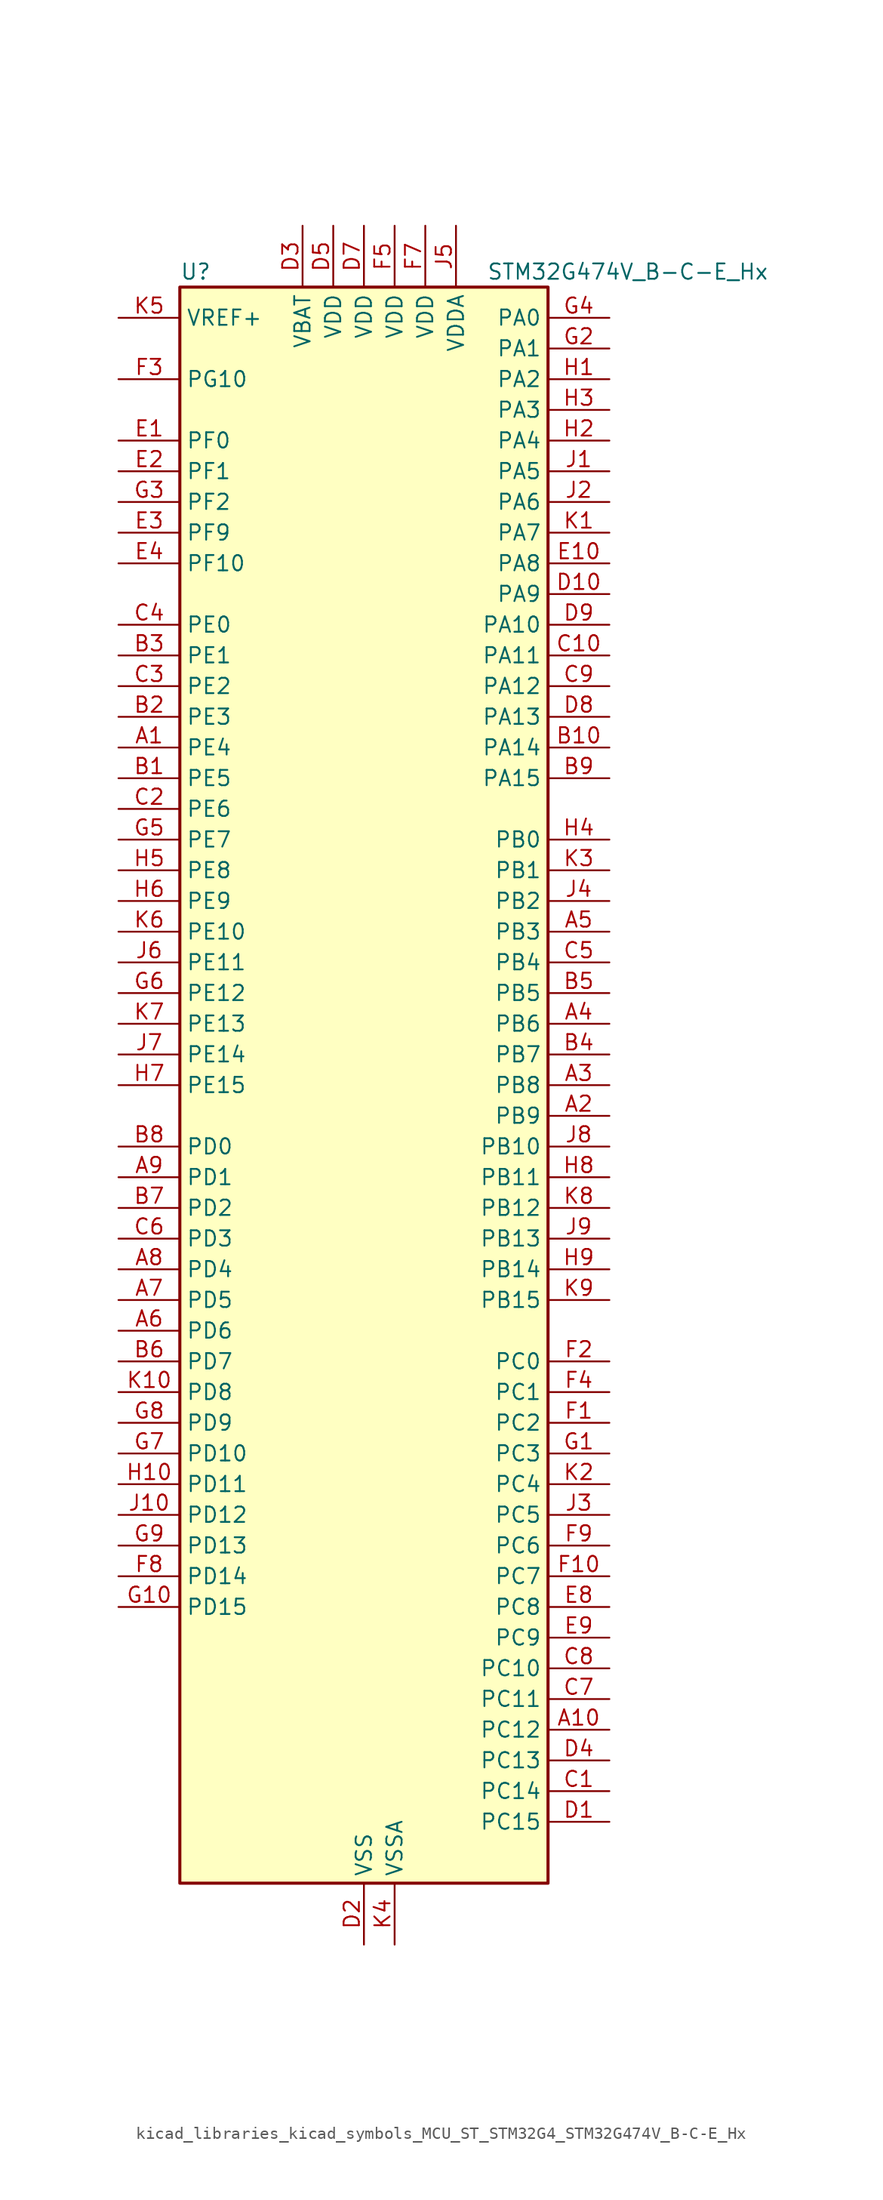
<source format=kicad_sym>
(kicad_symbol_lib
  (version 20220914)
  (generator kicad_symbol_editor)
  (symbol "kicad_libraries_kicad_symbols_MCU_ST_STM32G4_STM32G474V_B-C-E_Hx"
    (property "Reference" "U"
      (at -15.24 67.31 0)
      (effects (font (size 1.27 1.27)) (justify left)))
    (property "Value" "STM32G474V_B-C-E_Hx"
      (at 10.16 67.31 0)
      (effects (font (size 1.27 1.27)) (justify left)))
    (property "ki_locked" ""
      (at 0 0 0)
      (effects (font (size 1.27 1.27))))
    (symbol "kicad_libraries_kicad_symbols_MCU_ST_STM32G4_STM32G474V_B-C-E_Hx_0_1"
      (rectangle (start -15.24 -66.04) (end 15.24 66.04) (stroke (width 0.254) (type default)) (fill (type background))))
    (symbol "kicad_libraries_kicad_symbols_MCU_ST_STM32G4_STM32G474V_B-C-E_Hx_1_1"
      (pin bidirectional line (at -20.32 27.94 0) (length 5.08) (name "PE4" (effects (font (size 1.27 1.27)))) (number "A1" (effects (font (size 1.27 1.27)))) (alternate "FMC_A20" bidirectional line) (alternate "SAI1_D2" bidirectional line) (alternate "SAI1_FS_A" bidirectional line) (alternate "SPI4_NSS" bidirectional line) (alternate "SYS_TRACED1" bidirectional line) (alternate "TIM20_CH1N" bidirectional line) (alternate "TIM3_CH3" bidirectional line))
      (pin bidirectional line (at 20.32 -53.34 180) (length 5.08) (name "PC12" (effects (font (size 1.27 1.27)))) (number "A10" (effects (font (size 1.27 1.27)))) (alternate "HRTIM1_EEV1" bidirectional line) (alternate "I2S3_SD" bidirectional line) (alternate "SPI3_MOSI" bidirectional line) (alternate "TIM5_CH2" bidirectional line) (alternate "TIM8_CH3N" bidirectional line) (alternate "UART5_TX" bidirectional line) (alternate "UCPD1_FRSTX1" bidirectional line) (alternate "UCPD1_FRSTX2" bidirectional line) (alternate "USART3_CK" bidirectional line))
      (pin bidirectional line (at 20.32 -2.54 180) (length 5.08) (name "PB9" (effects (font (size 1.27 1.27)))) (number "A2" (effects (font (size 1.27 1.27)))) (alternate "COMP2_OUT" bidirectional line) (alternate "DAC1_EXTI9" bidirectional line) (alternate "DAC2_EXTI9" bidirectional line) (alternate "DAC3_EXTI9" bidirectional line) (alternate "DAC4_EXTI9" bidirectional line) (alternate "FDCAN1_TX" bidirectional line) (alternate "HRTIM1_EEV5" bidirectional line) (alternate "I2C1_SDA" bidirectional line) (alternate "IR_OUT" bidirectional line) (alternate "SAI1_D2" bidirectional line) (alternate "SAI1_FS_A" bidirectional line) (alternate "TIM17_CH1" bidirectional line) (alternate "TIM1_CH3N" bidirectional line) (alternate "TIM4_CH4" bidirectional line) (alternate "TIM8_CH3" bidirectional line) (alternate "USART3_TX" bidirectional line))
      (pin bidirectional line (at 20.32 0 180) (length 5.08) (name "PB8" (effects (font (size 1.27 1.27)))) (number "A3" (effects (font (size 1.27 1.27)))) (alternate "COMP1_OUT" bidirectional line) (alternate "FDCAN1_RX" bidirectional line) (alternate "HRTIM1_EEV8" bidirectional line) (alternate "I2C1_SCL" bidirectional line) (alternate "SAI1_CK1" bidirectional line) (alternate "SAI1_MCLK_A" bidirectional line) (alternate "TIM16_CH1" bidirectional line) (alternate "TIM1_BKIN" bidirectional line) (alternate "TIM4_CH3" bidirectional line) (alternate "TIM8_CH2" bidirectional line) (alternate "USART3_RX" bidirectional line))
      (pin bidirectional line (at 20.32 5.08 180) (length 5.08) (name "PB6" (effects (font (size 1.27 1.27)))) (number "A4" (effects (font (size 1.27 1.27)))) (alternate "COMP4_OUT" bidirectional line) (alternate "FDCAN2_TX" bidirectional line) (alternate "HRTIM1_EEV4" bidirectional line) (alternate "HRTIM1_SCIN" bidirectional line) (alternate "LPTIM1_ETR" bidirectional line) (alternate "SAI1_FS_B" bidirectional line) (alternate "TIM16_CH1N" bidirectional line) (alternate "TIM4_CH1" bidirectional line) (alternate "TIM8_BKIN2" bidirectional line) (alternate "TIM8_CH1" bidirectional line) (alternate "TIM8_ETR" bidirectional line) (alternate "UCPD1_CC1" bidirectional line) (alternate "USART1_TX" bidirectional line))
      (pin bidirectional line (at 20.32 12.7 180) (length 5.08) (name "PB3" (effects (font (size 1.27 1.27)))) (number "A5" (effects (font (size 1.27 1.27)))) (alternate "ADC3_EXTI3" bidirectional line) (alternate "ADC4_EXTI3" bidirectional line) (alternate "ADC5_EXTI3" bidirectional line) (alternate "CRS_SYNC" bidirectional line) (alternate "FDCAN3_RX" bidirectional line) (alternate "HRTIM1_EEV9" bidirectional line) (alternate "HRTIM1_SCOUT" bidirectional line) (alternate "I2S3_CK" bidirectional line) (alternate "SAI1_SCK_B" bidirectional line) (alternate "SPI1_SCK" bidirectional line) (alternate "SPI3_SCK" bidirectional line) (alternate "SYS_JTDO-SWO" bidirectional line) (alternate "TIM2_CH2" bidirectional line) (alternate "TIM3_ETR" bidirectional line) (alternate "TIM4_ETR" bidirectional line) (alternate "TIM8_CH1N" bidirectional line) (alternate "USART2_TX" bidirectional line))
      (pin bidirectional line (at -20.32 -20.32 0) (length 5.08) (name "PD6" (effects (font (size 1.27 1.27)))) (number "A6" (effects (font (size 1.27 1.27)))) (alternate "FMC_NWAIT" bidirectional line) (alternate "QUADSPI1_BK2_IO2" bidirectional line) (alternate "SAI1_D1" bidirectional line) (alternate "SAI1_SD_A" bidirectional line) (alternate "TIM2_CH4" bidirectional line) (alternate "USART2_RX" bidirectional line))
      (pin bidirectional line (at -20.32 -17.78 0) (length 5.08) (name "PD5" (effects (font (size 1.27 1.27)))) (number "A7" (effects (font (size 1.27 1.27)))) (alternate "FMC_NWE" bidirectional line) (alternate "QUADSPI1_BK2_IO1" bidirectional line) (alternate "USART2_TX" bidirectional line))
      (pin bidirectional line (at -20.32 -15.24 0) (length 5.08) (name "PD4" (effects (font (size 1.27 1.27)))) (number "A8" (effects (font (size 1.27 1.27)))) (alternate "FMC_NOE" bidirectional line) (alternate "QUADSPI1_BK2_IO0" bidirectional line) (alternate "TIM2_CH2" bidirectional line) (alternate "USART2_DE" bidirectional line) (alternate "USART2_RTS" bidirectional line))
      (pin bidirectional line (at -20.32 -7.62 0) (length 5.08) (name "PD1" (effects (font (size 1.27 1.27)))) (number "A9" (effects (font (size 1.27 1.27)))) (alternate "FDCAN1_TX" bidirectional line) (alternate "FMC_D3" bidirectional line) (alternate "FMC_DA3" bidirectional line) (alternate "TIM8_BKIN2" bidirectional line) (alternate "TIM8_CH4" bidirectional line))
      (pin bidirectional line (at -20.32 25.4 0) (length 5.08) (name "PE5" (effects (font (size 1.27 1.27)))) (number "B1" (effects (font (size 1.27 1.27)))) (alternate "FMC_A21" bidirectional line) (alternate "SAI1_CK2" bidirectional line) (alternate "SAI1_SCK_A" bidirectional line) (alternate "SPI4_MISO" bidirectional line) (alternate "SYS_TRACED2" bidirectional line) (alternate "TIM20_CH2N" bidirectional line) (alternate "TIM3_CH4" bidirectional line))
      (pin bidirectional line (at 20.32 27.94 180) (length 5.08) (name "PA14" (effects (font (size 1.27 1.27)))) (number "B10" (effects (font (size 1.27 1.27)))) (alternate "I2C1_SDA" bidirectional line) (alternate "I2C4_SMBA" bidirectional line) (alternate "LPTIM1_OUT" bidirectional line) (alternate "SAI1_FS_B" bidirectional line) (alternate "SYS_JTCK-SWCLK" bidirectional line) (alternate "TIM1_BKIN" bidirectional line) (alternate "TIM8_CH2" bidirectional line) (alternate "USART2_TX" bidirectional line))
      (pin bidirectional line (at -20.32 30.48 0) (length 5.08) (name "PE3" (effects (font (size 1.27 1.27)))) (number "B2" (effects (font (size 1.27 1.27)))) (alternate "ADC3_EXTI3" bidirectional line) (alternate "ADC4_EXTI3" bidirectional line) (alternate "ADC5_EXTI3" bidirectional line) (alternate "FMC_A19" bidirectional line) (alternate "SAI1_SD_B" bidirectional line) (alternate "SPI4_NSS" bidirectional line) (alternate "SYS_TRACED0" bidirectional line) (alternate "TIM20_CH2" bidirectional line) (alternate "TIM3_CH2" bidirectional line))
      (pin bidirectional line (at -20.32 35.56 0) (length 5.08) (name "PE1" (effects (font (size 1.27 1.27)))) (number "B3" (effects (font (size 1.27 1.27)))) (alternate "FMC_NBL1" bidirectional line) (alternate "TIM17_CH1" bidirectional line) (alternate "TIM20_CH4" bidirectional line) (alternate "USART1_RX" bidirectional line))
      (pin bidirectional line (at 20.32 2.54 180) (length 5.08) (name "PB7" (effects (font (size 1.27 1.27)))) (number "B4" (effects (font (size 1.27 1.27)))) (alternate "COMP3_OUT" bidirectional line) (alternate "FMC_NL" bidirectional line) (alternate "HRTIM1_EEV3" bidirectional line) (alternate "I2C1_SDA" bidirectional line) (alternate "I2C4_SDA" bidirectional line) (alternate "LPTIM1_IN2" bidirectional line) (alternate "SYS_PVD_IN" bidirectional line) (alternate "TIM17_CH1N" bidirectional line) (alternate "TIM3_CH4" bidirectional line) (alternate "TIM4_CH2" bidirectional line) (alternate "TIM8_BKIN" bidirectional line) (alternate "UART4_CTS" bidirectional line) (alternate "USART1_RX" bidirectional line))
      (pin bidirectional line (at 20.32 7.62 180) (length 5.08) (name "PB5" (effects (font (size 1.27 1.27)))) (number "B5" (effects (font (size 1.27 1.27)))) (alternate "FDCAN2_RX" bidirectional line) (alternate "HRTIM1_EEV6" bidirectional line) (alternate "I2C1_SMBA" bidirectional line) (alternate "I2C3_SDA" bidirectional line) (alternate "I2S3_SD" bidirectional line) (alternate "LPTIM1_IN1" bidirectional line) (alternate "SAI1_SD_B" bidirectional line) (alternate "SPI1_MOSI" bidirectional line) (alternate "SPI3_MOSI" bidirectional line) (alternate "TIM16_BKIN" bidirectional line) (alternate "TIM17_CH1" bidirectional line) (alternate "TIM3_CH2" bidirectional line) (alternate "TIM8_CH3N" bidirectional line) (alternate "UART5_CTS" bidirectional line) (alternate "USART2_CK" bidirectional line))
      (pin bidirectional line (at -20.32 -22.86 0) (length 5.08) (name "PD7" (effects (font (size 1.27 1.27)))) (number "B6" (effects (font (size 1.27 1.27)))) (alternate "FMC_NCE" bidirectional line) (alternate "FMC_NE1" bidirectional line) (alternate "QUADSPI1_BK2_IO3" bidirectional line) (alternate "TIM2_CH3" bidirectional line) (alternate "USART2_CK" bidirectional line))
      (pin bidirectional line (at -20.32 -10.16 0) (length 5.08) (name "PD2" (effects (font (size 1.27 1.27)))) (number "B7" (effects (font (size 1.27 1.27)))) (alternate "ADC3_EXTI2" bidirectional line) (alternate "ADC4_EXTI2" bidirectional line) (alternate "ADC5_EXTI2" bidirectional line) (alternate "TIM3_ETR" bidirectional line) (alternate "TIM8_BKIN" bidirectional line) (alternate "UART5_RX" bidirectional line))
      (pin bidirectional line (at -20.32 -5.08 0) (length 5.08) (name "PD0" (effects (font (size 1.27 1.27)))) (number "B8" (effects (font (size 1.27 1.27)))) (alternate "FDCAN1_RX" bidirectional line) (alternate "FMC_D2" bidirectional line) (alternate "FMC_DA2" bidirectional line) (alternate "TIM8_CH4N" bidirectional line))
      (pin bidirectional line (at 20.32 25.4 180) (length 5.08) (name "PA15" (effects (font (size 1.27 1.27)))) (number "B9" (effects (font (size 1.27 1.27)))) (alternate "ADC1_EXTI15" bidirectional line) (alternate "ADC2_EXTI15" bidirectional line) (alternate "FDCAN3_TX" bidirectional line) (alternate "HRTIM1_FLT2" bidirectional line) (alternate "I2C1_SCL" bidirectional line) (alternate "I2S3_WS" bidirectional line) (alternate "SPI1_NSS" bidirectional line) (alternate "SPI3_NSS" bidirectional line) (alternate "SYS_JTDI" bidirectional line) (alternate "TIM1_BKIN" bidirectional line) (alternate "TIM2_CH1" bidirectional line) (alternate "TIM2_ETR" bidirectional line) (alternate "TIM8_CH1" bidirectional line) (alternate "UART4_DE" bidirectional line) (alternate "UART4_RTS" bidirectional line) (alternate "USART2_RX" bidirectional line))
      (pin bidirectional line (at 20.32 -58.42 180) (length 5.08) (name "PC14" (effects (font (size 1.27 1.27)))) (number "C1" (effects (font (size 1.27 1.27)))) (alternate "RCC_OSC32_IN" bidirectional line))
      (pin bidirectional line (at 20.32 35.56 180) (length 5.08) (name "PA11" (effects (font (size 1.27 1.27)))) (number "C10" (effects (font (size 1.27 1.27)))) (alternate "ADC1_EXTI11" bidirectional line) (alternate "ADC2_EXTI11" bidirectional line) (alternate "COMP1_OUT" bidirectional line) (alternate "FDCAN1_RX" bidirectional line) (alternate "HRTIM1_CHB2" bidirectional line) (alternate "I2S2_SD" bidirectional line) (alternate "SPI2_MOSI" bidirectional line) (alternate "TIM1_BKIN2" bidirectional line) (alternate "TIM1_CH1N" bidirectional line) (alternate "TIM1_CH4" bidirectional line) (alternate "TIM4_CH1" bidirectional line) (alternate "USART1_CTS" bidirectional line) (alternate "USART1_NSS" bidirectional line) (alternate "USB_DM" bidirectional line))
      (pin bidirectional line (at -20.32 22.86 0) (length 5.08) (name "PE6" (effects (font (size 1.27 1.27)))) (number "C2" (effects (font (size 1.27 1.27)))) (alternate "FMC_A22" bidirectional line) (alternate "RTC_TAMP3" bidirectional line) (alternate "SAI1_D1" bidirectional line) (alternate "SAI1_SD_A" bidirectional line) (alternate "SPI4_MOSI" bidirectional line) (alternate "SYS_TRACED3" bidirectional line) (alternate "SYS_WKUP3" bidirectional line) (alternate "TIM20_CH3N" bidirectional line))
      (pin bidirectional line (at -20.32 33.02 0) (length 5.08) (name "PE2" (effects (font (size 1.27 1.27)))) (number "C3" (effects (font (size 1.27 1.27)))) (alternate "ADC3_EXTI2" bidirectional line) (alternate "ADC4_EXTI2" bidirectional line) (alternate "ADC5_EXTI2" bidirectional line) (alternate "FMC_A23" bidirectional line) (alternate "SAI1_CK1" bidirectional line) (alternate "SAI1_MCLK_A" bidirectional line) (alternate "SPI4_SCK" bidirectional line) (alternate "SYS_TRACECLK" bidirectional line) (alternate "TIM20_CH1" bidirectional line) (alternate "TIM3_CH1" bidirectional line))
      (pin bidirectional line (at -20.32 38.1 0) (length 5.08) (name "PE0" (effects (font (size 1.27 1.27)))) (number "C4" (effects (font (size 1.27 1.27)))) (alternate "FMC_NBL0" bidirectional line) (alternate "TIM16_CH1" bidirectional line) (alternate "TIM20_CH4N" bidirectional line) (alternate "TIM20_ETR" bidirectional line) (alternate "TIM4_ETR" bidirectional line) (alternate "USART1_TX" bidirectional line))
      (pin bidirectional line (at 20.32 10.16 180) (length 5.08) (name "PB4" (effects (font (size 1.27 1.27)))) (number "C5" (effects (font (size 1.27 1.27)))) (alternate "FDCAN3_TX" bidirectional line) (alternate "HRTIM1_EEV7" bidirectional line) (alternate "SAI1_MCLK_B" bidirectional line) (alternate "SPI1_MISO" bidirectional line) (alternate "SPI3_MISO" bidirectional line) (alternate "SYS_JTRST" bidirectional line) (alternate "TIM16_CH1" bidirectional line) (alternate "TIM17_BKIN" bidirectional line) (alternate "TIM3_CH1" bidirectional line) (alternate "TIM8_CH2N" bidirectional line) (alternate "UART5_DE" bidirectional line) (alternate "UART5_RTS" bidirectional line) (alternate "UCPD1_CC2" bidirectional line) (alternate "USART2_RX" bidirectional line))
      (pin bidirectional line (at -20.32 -12.7 0) (length 5.08) (name "PD3" (effects (font (size 1.27 1.27)))) (number "C6" (effects (font (size 1.27 1.27)))) (alternate "ADC3_EXTI3" bidirectional line) (alternate "ADC4_EXTI3" bidirectional line) (alternate "ADC5_EXTI3" bidirectional line) (alternate "FMC_CLK" bidirectional line) (alternate "QUADSPI1_BK2_NCS" bidirectional line) (alternate "TIM2_CH1" bidirectional line) (alternate "TIM2_ETR" bidirectional line) (alternate "USART2_CTS" bidirectional line) (alternate "USART2_NSS" bidirectional line))
      (pin bidirectional line (at 20.32 -50.8 180) (length 5.08) (name "PC11" (effects (font (size 1.27 1.27)))) (number "C7" (effects (font (size 1.27 1.27)))) (alternate "ADC1_EXTI11" bidirectional line) (alternate "ADC2_EXTI11" bidirectional line) (alternate "HRTIM1_EEV2" bidirectional line) (alternate "I2C3_SDA" bidirectional line) (alternate "SPI3_MISO" bidirectional line) (alternate "TIM8_CH2N" bidirectional line) (alternate "UART4_RX" bidirectional line) (alternate "USART3_RX" bidirectional line))
      (pin bidirectional line (at 20.32 -48.26 180) (length 5.08) (name "PC10" (effects (font (size 1.27 1.27)))) (number "C8" (effects (font (size 1.27 1.27)))) (alternate "DAC1_EXTI10" bidirectional line) (alternate "DAC2_EXTI10" bidirectional line) (alternate "DAC3_EXTI10" bidirectional line) (alternate "DAC4_EXTI10" bidirectional line) (alternate "HRTIM1_FLT6" bidirectional line) (alternate "I2S3_CK" bidirectional line) (alternate "SPI3_SCK" bidirectional line) (alternate "TIM8_CH1N" bidirectional line) (alternate "UART4_TX" bidirectional line) (alternate "USART3_TX" bidirectional line))
      (pin bidirectional line (at 20.32 33.02 180) (length 5.08) (name "PA12" (effects (font (size 1.27 1.27)))) (number "C9" (effects (font (size 1.27 1.27)))) (alternate "COMP2_OUT" bidirectional line) (alternate "FDCAN1_TX" bidirectional line) (alternate "HRTIM1_FLT1" bidirectional line) (alternate "I2S_CKIN" bidirectional line) (alternate "TIM16_CH1" bidirectional line) (alternate "TIM1_CH2N" bidirectional line) (alternate "TIM1_ETR" bidirectional line) (alternate "TIM4_CH2" bidirectional line) (alternate "USART1_DE" bidirectional line) (alternate "USART1_RTS" bidirectional line) (alternate "USB_DP" bidirectional line))
      (pin bidirectional line (at 20.32 -60.96 180) (length 5.08) (name "PC15" (effects (font (size 1.27 1.27)))) (number "D1" (effects (font (size 1.27 1.27)))) (alternate "ADC1_EXTI15" bidirectional line) (alternate "ADC2_EXTI15" bidirectional line) (alternate "RCC_OSC32_OUT" bidirectional line))
      (pin bidirectional line (at 20.32 40.64 180) (length 5.08) (name "PA9" (effects (font (size 1.27 1.27)))) (number "D10" (effects (font (size 1.27 1.27)))) (alternate "ADC5_IN2" bidirectional line) (alternate "COMP5_OUT" bidirectional line) (alternate "DAC1_EXTI9" bidirectional line) (alternate "DAC2_EXTI9" bidirectional line) (alternate "DAC3_EXTI9" bidirectional line) (alternate "DAC4_EXTI9" bidirectional line) (alternate "HRTIM1_CHA2" bidirectional line) (alternate "I2C2_SCL" bidirectional line) (alternate "I2C3_SMBA" bidirectional line) (alternate "I2S3_MCK" bidirectional line) (alternate "SAI1_FS_A" bidirectional line) (alternate "TIM15_BKIN" bidirectional line) (alternate "TIM1_CH2" bidirectional line) (alternate "TIM2_CH3" bidirectional line) (alternate "UCPD1_DBCC1" bidirectional line) (alternate "USART1_TX" bidirectional line))
      (pin power_in line (at 0 -71.12 90) (length 5.08) (name "VSS" (effects (font (size 1.27 1.27)))) (number "D2" (effects (font (size 1.27 1.27)))))
      (pin power_in line (at -5.08 71.12 270) (length 5.08) (name "VBAT" (effects (font (size 1.27 1.27)))) (number "D3" (effects (font (size 1.27 1.27)))))
      (pin bidirectional line (at 20.32 -55.88 180) (length 5.08) (name "PC13" (effects (font (size 1.27 1.27)))) (number "D4" (effects (font (size 1.27 1.27)))) (alternate "RTC_OUT1" bidirectional line) (alternate "RTC_TAMP1" bidirectional line) (alternate "RTC_TS" bidirectional line) (alternate "SYS_WKUP2" bidirectional line) (alternate "TIM1_BKIN" bidirectional line) (alternate "TIM1_CH1N" bidirectional line) (alternate "TIM8_CH4N" bidirectional line))
      (pin power_in line (at -2.54 71.12 270) (length 5.08) (name "VDD" (effects (font (size 1.27 1.27)))) (number "D5" (effects (font (size 1.27 1.27)))))
      (pin passive line (at 0 -71.12 90) (length 5.08) hide (name "VSS" (effects (font (size 1.27 1.27)))) (number "D6" (effects (font (size 1.27 1.27)))))
      (pin power_in line (at 0 71.12 270) (length 5.08) (name "VDD" (effects (font (size 1.27 1.27)))) (number "D7" (effects (font (size 1.27 1.27)))))
      (pin bidirectional line (at 20.32 30.48 180) (length 5.08) (name "PA13" (effects (font (size 1.27 1.27)))) (number "D8" (effects (font (size 1.27 1.27)))) (alternate "I2C1_SCL" bidirectional line) (alternate "I2C4_SCL" bidirectional line) (alternate "IR_OUT" bidirectional line) (alternate "SAI1_SD_B" bidirectional line) (alternate "SYS_JTMS-SWDIO" bidirectional line) (alternate "TIM16_CH1N" bidirectional line) (alternate "TIM4_CH3" bidirectional line) (alternate "USART3_CTS" bidirectional line) (alternate "USART3_NSS" bidirectional line))
      (pin bidirectional line (at 20.32 38.1 180) (length 5.08) (name "PA10" (effects (font (size 1.27 1.27)))) (number "D9" (effects (font (size 1.27 1.27)))) (alternate "COMP6_OUT" bidirectional line) (alternate "CRS_SYNC" bidirectional line) (alternate "DAC1_EXTI10" bidirectional line) (alternate "DAC2_EXTI10" bidirectional line) (alternate "DAC3_EXTI10" bidirectional line) (alternate "DAC4_EXTI10" bidirectional line) (alternate "HRTIM1_CHB1" bidirectional line) (alternate "I2C2_SMBA" bidirectional line) (alternate "SAI1_D1" bidirectional line) (alternate "SAI1_SD_A" bidirectional line) (alternate "SPI2_MISO" bidirectional line) (alternate "TIM17_BKIN" bidirectional line) (alternate "TIM1_CH3" bidirectional line) (alternate "TIM2_CH4" bidirectional line) (alternate "TIM8_BKIN" bidirectional line) (alternate "UCPD1_DBCC2" bidirectional line) (alternate "USART1_RX" bidirectional line))
      (pin bidirectional line (at -20.32 53.34 0) (length 5.08) (name "PF0" (effects (font (size 1.27 1.27)))) (number "E1" (effects (font (size 1.27 1.27)))) (alternate "ADC1_IN10" bidirectional line) (alternate "I2C2_SDA" bidirectional line) (alternate "I2S2_WS" bidirectional line) (alternate "RCC_OSC_IN" bidirectional line) (alternate "SPI2_NSS" bidirectional line) (alternate "TIM1_CH3N" bidirectional line))
      (pin bidirectional line (at 20.32 43.18 180) (length 5.08) (name "PA8" (effects (font (size 1.27 1.27)))) (number "E10" (effects (font (size 1.27 1.27)))) (alternate "ADC5_IN1" bidirectional line) (alternate "COMP7_OUT" bidirectional line) (alternate "FDCAN3_RX" bidirectional line) (alternate "HRTIM1_CHA1" bidirectional line) (alternate "I2C2_SDA" bidirectional line) (alternate "I2C3_SCL" bidirectional line) (alternate "I2S2_MCK" bidirectional line) (alternate "OPAMP5_VOUT" bidirectional line) (alternate "RCC_MCO" bidirectional line) (alternate "SAI1_CK2" bidirectional line) (alternate "SAI1_SCK_A" bidirectional line) (alternate "TIM1_CH1" bidirectional line) (alternate "TIM4_ETR" bidirectional line) (alternate "USART1_CK" bidirectional line))
      (pin bidirectional line (at -20.32 50.8 0) (length 5.08) (name "PF1" (effects (font (size 1.27 1.27)))) (number "E2" (effects (font (size 1.27 1.27)))) (alternate "ADC2_IN10" bidirectional line) (alternate "COMP3_INM" bidirectional line) (alternate "I2S2_CK" bidirectional line) (alternate "RCC_OSC_OUT" bidirectional line) (alternate "SPI2_SCK" bidirectional line))
      (pin bidirectional line (at -20.32 45.72 0) (length 5.08) (name "PF9" (effects (font (size 1.27 1.27)))) (number "E3" (effects (font (size 1.27 1.27)))) (alternate "DAC1_EXTI9" bidirectional line) (alternate "DAC2_EXTI9" bidirectional line) (alternate "DAC3_EXTI9" bidirectional line) (alternate "DAC4_EXTI9" bidirectional line) (alternate "FMC_A25" bidirectional line) (alternate "QUADSPI1_BK1_IO1" bidirectional line) (alternate "SAI1_FS_B" bidirectional line) (alternate "SPI2_SCK" bidirectional line) (alternate "TIM15_CH1" bidirectional line) (alternate "TIM20_BKIN" bidirectional line) (alternate "TIM5_CH4" bidirectional line))
      (pin bidirectional line (at -20.32 43.18 0) (length 5.08) (name "PF10" (effects (font (size 1.27 1.27)))) (number "E4" (effects (font (size 1.27 1.27)))) (alternate "DAC1_EXTI10" bidirectional line) (alternate "DAC2_EXTI10" bidirectional line) (alternate "DAC3_EXTI10" bidirectional line) (alternate "DAC4_EXTI10" bidirectional line) (alternate "FMC_A0" bidirectional line) (alternate "QUADSPI1_CLK" bidirectional line) (alternate "SAI1_D3" bidirectional line) (alternate "SPI2_SCK" bidirectional line) (alternate "TIM15_CH2" bidirectional line) (alternate "TIM20_BKIN2" bidirectional line))
      (pin passive line (at 0 -71.12 90) (length 5.08) hide (name "VSS" (effects (font (size 1.27 1.27)))) (number "E5" (effects (font (size 1.27 1.27)))))
      (pin passive line (at 0 -71.12 90) (length 5.08) hide (name "VSS" (effects (font (size 1.27 1.27)))) (number "E6" (effects (font (size 1.27 1.27)))))
      (pin passive line (at 0 -71.12 90) (length 5.08) hide (name "VSS" (effects (font (size 1.27 1.27)))) (number "E7" (effects (font (size 1.27 1.27)))))
      (pin bidirectional line (at 20.32 -43.18 180) (length 5.08) (name "PC8" (effects (font (size 1.27 1.27)))) (number "E8" (effects (font (size 1.27 1.27)))) (alternate "COMP7_OUT" bidirectional line) (alternate "HRTIM1_CHE1" bidirectional line) (alternate "I2C3_SCL" bidirectional line) (alternate "TIM20_CH3" bidirectional line) (alternate "TIM3_CH3" bidirectional line) (alternate "TIM8_CH3" bidirectional line))
      (pin bidirectional line (at 20.32 -45.72 180) (length 5.08) (name "PC9" (effects (font (size 1.27 1.27)))) (number "E9" (effects (font (size 1.27 1.27)))) (alternate "DAC1_EXTI9" bidirectional line) (alternate "DAC2_EXTI9" bidirectional line) (alternate "DAC3_EXTI9" bidirectional line) (alternate "DAC4_EXTI9" bidirectional line) (alternate "HRTIM1_CHE2" bidirectional line) (alternate "I2C3_SDA" bidirectional line) (alternate "I2S_CKIN" bidirectional line) (alternate "TIM3_CH4" bidirectional line) (alternate "TIM8_BKIN2" bidirectional line) (alternate "TIM8_CH4" bidirectional line))
      (pin bidirectional line (at 20.32 -27.94 180) (length 5.08) (name "PC2" (effects (font (size 1.27 1.27)))) (number "F1" (effects (font (size 1.27 1.27)))) (alternate "ADC1_IN8" bidirectional line) (alternate "ADC2_IN8" bidirectional line) (alternate "ADC3_EXTI2" bidirectional line) (alternate "ADC4_EXTI2" bidirectional line) (alternate "ADC5_EXTI2" bidirectional line) (alternate "COMP3_OUT" bidirectional line) (alternate "LPTIM1_IN2" bidirectional line) (alternate "QUADSPI1_BK2_IO1" bidirectional line) (alternate "TIM1_CH3" bidirectional line) (alternate "TIM20_CH2" bidirectional line))
      (pin bidirectional line (at 20.32 -40.64 180) (length 5.08) (name "PC7" (effects (font (size 1.27 1.27)))) (number "F10" (effects (font (size 1.27 1.27)))) (alternate "COMP5_OUT" bidirectional line) (alternate "HRTIM1_CHF2" bidirectional line) (alternate "HRTIM1_FLT5" bidirectional line) (alternate "I2C4_SDA" bidirectional line) (alternate "I2S3_MCK" bidirectional line) (alternate "TIM3_CH2" bidirectional line) (alternate "TIM8_CH2" bidirectional line))
      (pin bidirectional line (at 20.32 -22.86 180) (length 5.08) (name "PC0" (effects (font (size 1.27 1.27)))) (number "F2" (effects (font (size 1.27 1.27)))) (alternate "ADC1_IN6" bidirectional line) (alternate "ADC2_IN6" bidirectional line) (alternate "COMP3_INM" bidirectional line) (alternate "LPTIM1_IN1" bidirectional line) (alternate "LPUART1_RX" bidirectional line) (alternate "TIM1_CH1" bidirectional line))
      (pin bidirectional line (at -20.32 58.42 0) (length 5.08) (name "PG10" (effects (font (size 1.27 1.27)))) (number "F3" (effects (font (size 1.27 1.27)))) (alternate "DAC1_EXTI10" bidirectional line) (alternate "DAC2_EXTI10" bidirectional line) (alternate "DAC3_EXTI10" bidirectional line) (alternate "DAC4_EXTI10" bidirectional line) (alternate "RCC_MCO" bidirectional line))
      (pin bidirectional line (at 20.32 -25.4 180) (length 5.08) (name "PC1" (effects (font (size 1.27 1.27)))) (number "F4" (effects (font (size 1.27 1.27)))) (alternate "ADC1_IN7" bidirectional line) (alternate "ADC2_IN7" bidirectional line) (alternate "COMP3_INP" bidirectional line) (alternate "LPTIM1_OUT" bidirectional line) (alternate "LPUART1_TX" bidirectional line) (alternate "QUADSPI1_BK2_IO0" bidirectional line) (alternate "SAI1_SD_A" bidirectional line) (alternate "TIM1_CH2" bidirectional line))
      (pin power_in line (at 2.54 71.12 270) (length 5.08) (name "VDD" (effects (font (size 1.27 1.27)))) (number "F5" (effects (font (size 1.27 1.27)))))
      (pin passive line (at 0 -71.12 90) (length 5.08) hide (name "VSS" (effects (font (size 1.27 1.27)))) (number "F6" (effects (font (size 1.27 1.27)))))
      (pin power_in line (at 5.08 71.12 270) (length 5.08) (name "VDD" (effects (font (size 1.27 1.27)))) (number "F7" (effects (font (size 1.27 1.27)))))
      (pin bidirectional line (at -20.32 -40.64 0) (length 5.08) (name "PD14" (effects (font (size 1.27 1.27)))) (number "F8" (effects (font (size 1.27 1.27)))) (alternate "ADC3_IN11" bidirectional line) (alternate "ADC4_IN11" bidirectional line) (alternate "ADC5_IN11" bidirectional line) (alternate "COMP7_INP" bidirectional line) (alternate "FMC_D0" bidirectional line) (alternate "FMC_DA0" bidirectional line) (alternate "OPAMP2_VINP" bidirectional line) (alternate "OPAMP2_VINP_SEC" bidirectional line) (alternate "TIM4_CH3" bidirectional line))
      (pin bidirectional line (at 20.32 -38.1 180) (length 5.08) (name "PC6" (effects (font (size 1.27 1.27)))) (number "F9" (effects (font (size 1.27 1.27)))) (alternate "COMP6_OUT" bidirectional line) (alternate "HRTIM1_CHF1" bidirectional line) (alternate "HRTIM1_EEV10" bidirectional line) (alternate "I2C4_SCL" bidirectional line) (alternate "I2S2_MCK" bidirectional line) (alternate "TIM3_CH1" bidirectional line) (alternate "TIM8_CH1" bidirectional line))
      (pin bidirectional line (at 20.32 -30.48 180) (length 5.08) (name "PC3" (effects (font (size 1.27 1.27)))) (number "G1" (effects (font (size 1.27 1.27)))) (alternate "ADC1_IN9" bidirectional line) (alternate "ADC2_IN9" bidirectional line) (alternate "ADC3_EXTI3" bidirectional line) (alternate "ADC4_EXTI3" bidirectional line) (alternate "ADC5_EXTI3" bidirectional line) (alternate "LPTIM1_ETR" bidirectional line) (alternate "OPAMP5_VINP" bidirectional line) (alternate "OPAMP5_VINP_SEC" bidirectional line) (alternate "QUADSPI1_BK2_IO2" bidirectional line) (alternate "SAI1_D1" bidirectional line) (alternate "SAI1_SD_A" bidirectional line) (alternate "TIM1_BKIN2" bidirectional line) (alternate "TIM1_CH4" bidirectional line))
      (pin bidirectional line (at -20.32 -43.18 0) (length 5.08) (name "PD15" (effects (font (size 1.27 1.27)))) (number "G10" (effects (font (size 1.27 1.27)))) (alternate "ADC1_EXTI15" bidirectional line) (alternate "ADC2_EXTI15" bidirectional line) (alternate "COMP7_INM" bidirectional line) (alternate "FMC_D1" bidirectional line) (alternate "FMC_DA1" bidirectional line) (alternate "SPI2_NSS" bidirectional line) (alternate "TIM4_CH4" bidirectional line))
      (pin bidirectional line (at 20.32 60.96 180) (length 5.08) (name "PA1" (effects (font (size 1.27 1.27)))) (number "G2" (effects (font (size 1.27 1.27)))) (alternate "ADC1_IN2" bidirectional line) (alternate "ADC2_IN2" bidirectional line) (alternate "COMP1_INP" bidirectional line) (alternate "OPAMP1_VINP" bidirectional line) (alternate "OPAMP1_VINP_SEC" bidirectional line) (alternate "OPAMP3_VINP" bidirectional line) (alternate "OPAMP3_VINP_SEC" bidirectional line) (alternate "OPAMP6_VINM" bidirectional line) (alternate "OPAMP6_VINM0" bidirectional line) (alternate "OPAMP6_VINM_SEC" bidirectional line) (alternate "RTC_REFIN" bidirectional line) (alternate "TIM15_CH1N" bidirectional line) (alternate "TIM2_CH2" bidirectional line) (alternate "TIM5_CH2" bidirectional line) (alternate "USART2_DE" bidirectional line) (alternate "USART2_RTS" bidirectional line))
      (pin bidirectional line (at -20.32 48.26 0) (length 5.08) (name "PF2" (effects (font (size 1.27 1.27)))) (number "G3" (effects (font (size 1.27 1.27)))) (alternate "ADC3_EXTI2" bidirectional line) (alternate "ADC4_EXTI2" bidirectional line) (alternate "ADC5_EXTI2" bidirectional line) (alternate "FMC_A2" bidirectional line) (alternate "I2C2_SMBA" bidirectional line) (alternate "TIM20_CH3" bidirectional line))
      (pin bidirectional line (at 20.32 63.5 180) (length 5.08) (name "PA0" (effects (font (size 1.27 1.27)))) (number "G4" (effects (font (size 1.27 1.27)))) (alternate "ADC1_IN1" bidirectional line) (alternate "ADC2_IN1" bidirectional line) (alternate "COMP1_INM" bidirectional line) (alternate "COMP1_OUT" bidirectional line) (alternate "COMP3_INP" bidirectional line) (alternate "RTC_TAMP2" bidirectional line) (alternate "SYS_WKUP1" bidirectional line) (alternate "TIM2_CH1" bidirectional line) (alternate "TIM2_ETR" bidirectional line) (alternate "TIM5_CH1" bidirectional line) (alternate "TIM8_BKIN" bidirectional line) (alternate "TIM8_ETR" bidirectional line) (alternate "USART2_CTS" bidirectional line) (alternate "USART2_NSS" bidirectional line))
      (pin bidirectional line (at -20.32 20.32 0) (length 5.08) (name "PE7" (effects (font (size 1.27 1.27)))) (number "G5" (effects (font (size 1.27 1.27)))) (alternate "ADC3_IN4" bidirectional line) (alternate "COMP4_INP" bidirectional line) (alternate "FMC_D4" bidirectional line) (alternate "FMC_DA4" bidirectional line) (alternate "SAI1_SD_B" bidirectional line) (alternate "TIM1_ETR" bidirectional line))
      (pin bidirectional line (at -20.32 7.62 0) (length 5.08) (name "PE12" (effects (font (size 1.27 1.27)))) (number "G6" (effects (font (size 1.27 1.27)))) (alternate "ADC3_IN16" bidirectional line) (alternate "ADC4_IN16" bidirectional line) (alternate "ADC5_IN16" bidirectional line) (alternate "FMC_D9" bidirectional line) (alternate "FMC_DA9" bidirectional line) (alternate "QUADSPI1_BK1_IO0" bidirectional line) (alternate "SPI4_SCK" bidirectional line) (alternate "TIM1_CH3N" bidirectional line))
      (pin bidirectional line (at -20.32 -30.48 0) (length 5.08) (name "PD10" (effects (font (size 1.27 1.27)))) (number "G7" (effects (font (size 1.27 1.27)))) (alternate "ADC3_IN7" bidirectional line) (alternate "ADC4_IN7" bidirectional line) (alternate "ADC5_IN7" bidirectional line) (alternate "COMP6_INM" bidirectional line) (alternate "DAC1_EXTI10" bidirectional line) (alternate "DAC2_EXTI10" bidirectional line) (alternate "DAC3_EXTI10" bidirectional line) (alternate "DAC4_EXTI10" bidirectional line) (alternate "FMC_D15" bidirectional line) (alternate "FMC_DA15" bidirectional line) (alternate "USART3_CK" bidirectional line))
      (pin bidirectional line (at -20.32 -27.94 0) (length 5.08) (name "PD9" (effects (font (size 1.27 1.27)))) (number "G8" (effects (font (size 1.27 1.27)))) (alternate "ADC4_IN13" bidirectional line) (alternate "ADC5_IN13" bidirectional line) (alternate "DAC1_EXTI9" bidirectional line) (alternate "DAC2_EXTI9" bidirectional line) (alternate "DAC3_EXTI9" bidirectional line) (alternate "DAC4_EXTI9" bidirectional line) (alternate "FMC_D14" bidirectional line) (alternate "FMC_DA14" bidirectional line) (alternate "OPAMP6_VINP" bidirectional line) (alternate "OPAMP6_VINP_SEC" bidirectional line) (alternate "USART3_RX" bidirectional line))
      (pin bidirectional line (at -20.32 -38.1 0) (length 5.08) (name "PD13" (effects (font (size 1.27 1.27)))) (number "G9" (effects (font (size 1.27 1.27)))) (alternate "ADC3_IN10" bidirectional line) (alternate "ADC4_IN10" bidirectional line) (alternate "ADC5_IN10" bidirectional line) (alternate "COMP5_INM" bidirectional line) (alternate "FMC_A18" bidirectional line) (alternate "TIM4_CH2" bidirectional line))
      (pin bidirectional line (at 20.32 58.42 180) (length 5.08) (name "PA2" (effects (font (size 1.27 1.27)))) (number "H1" (effects (font (size 1.27 1.27)))) (alternate "ADC1_IN3" bidirectional line) (alternate "ADC3_EXTI2" bidirectional line) (alternate "ADC4_EXTI2" bidirectional line) (alternate "ADC5_EXTI2" bidirectional line) (alternate "COMP2_INM" bidirectional line) (alternate "COMP2_OUT" bidirectional line) (alternate "LPUART1_TX" bidirectional line) (alternate "OPAMP1_VOUT" bidirectional line) (alternate "QUADSPI1_BK1_NCS" bidirectional line) (alternate "RCC_LSCO" bidirectional line) (alternate "SYS_WKUP4" bidirectional line) (alternate "TIM15_CH1" bidirectional line) (alternate "TIM2_CH3" bidirectional line) (alternate "TIM5_CH3" bidirectional line) (alternate "UCPD1_FRSTX1" bidirectional line) (alternate "UCPD1_FRSTX2" bidirectional line) (alternate "USART2_TX" bidirectional line))
      (pin bidirectional line (at -20.32 -33.02 0) (length 5.08) (name "PD11" (effects (font (size 1.27 1.27)))) (number "H10" (effects (font (size 1.27 1.27)))) (alternate "ADC1_EXTI11" bidirectional line) (alternate "ADC2_EXTI11" bidirectional line) (alternate "ADC3_IN8" bidirectional line) (alternate "ADC4_IN8" bidirectional line) (alternate "ADC5_IN8" bidirectional line) (alternate "COMP6_INP" bidirectional line) (alternate "FMC_A16" bidirectional line) (alternate "FMC_CLE" bidirectional line) (alternate "I2C4_SMBA" bidirectional line) (alternate "OPAMP4_VINP" bidirectional line) (alternate "OPAMP4_VINP_SEC" bidirectional line) (alternate "TIM5_ETR" bidirectional line) (alternate "USART3_CTS" bidirectional line) (alternate "USART3_NSS" bidirectional line))
      (pin bidirectional line (at 20.32 53.34 180) (length 5.08) (name "PA4" (effects (font (size 1.27 1.27)))) (number "H2" (effects (font (size 1.27 1.27)))) (alternate "ADC2_IN17" bidirectional line) (alternate "COMP1_INM" bidirectional line) (alternate "DAC1_OUT1" bidirectional line) (alternate "I2S3_WS" bidirectional line) (alternate "SAI1_FS_B" bidirectional line) (alternate "SPI1_NSS" bidirectional line) (alternate "SPI3_NSS" bidirectional line) (alternate "TIM3_CH2" bidirectional line) (alternate "USART2_CK" bidirectional line))
      (pin bidirectional line (at 20.32 55.88 180) (length 5.08) (name "PA3" (effects (font (size 1.27 1.27)))) (number "H3" (effects (font (size 1.27 1.27)))) (alternate "ADC1_IN4" bidirectional line) (alternate "ADC3_EXTI3" bidirectional line) (alternate "ADC4_EXTI3" bidirectional line) (alternate "ADC5_EXTI3" bidirectional line) (alternate "COMP2_INP" bidirectional line) (alternate "LPUART1_RX" bidirectional line) (alternate "OPAMP1_VINM" bidirectional line) (alternate "OPAMP1_VINM0" bidirectional line) (alternate "OPAMP1_VINM_SEC" bidirectional line) (alternate "OPAMP1_VINP" bidirectional line) (alternate "OPAMP1_VINP_SEC" bidirectional line) (alternate "OPAMP5_VINM" bidirectional line) (alternate "OPAMP5_VINM1" bidirectional line) (alternate "OPAMP5_VINM_SEC" bidirectional line) (alternate "QUADSPI1_CLK" bidirectional line) (alternate "SAI1_CK1" bidirectional line) (alternate "SAI1_MCLK_A" bidirectional line) (alternate "TIM15_CH2" bidirectional line) (alternate "TIM2_CH4" bidirectional line) (alternate "TIM5_CH4" bidirectional line) (alternate "USART2_RX" bidirectional line))
      (pin bidirectional line (at 20.32 20.32 180) (length 5.08) (name "PB0" (effects (font (size 1.27 1.27)))) (number "H4" (effects (font (size 1.27 1.27)))) (alternate "ADC1_IN15" bidirectional line) (alternate "ADC3_IN12" bidirectional line) (alternate "COMP4_INP" bidirectional line) (alternate "HRTIM1_FLT5" bidirectional line) (alternate "OPAMP2_VINP" bidirectional line) (alternate "OPAMP2_VINP_SEC" bidirectional line) (alternate "OPAMP3_VINP" bidirectional line) (alternate "OPAMP3_VINP_SEC" bidirectional line) (alternate "QUADSPI1_BK1_IO1" bidirectional line) (alternate "TIM1_CH2N" bidirectional line) (alternate "TIM3_CH3" bidirectional line) (alternate "TIM8_CH2N" bidirectional line) (alternate "UCPD1_FRSTX1" bidirectional line) (alternate "UCPD1_FRSTX2" bidirectional line))
      (pin bidirectional line (at -20.32 17.78 0) (length 5.08) (name "PE8" (effects (font (size 1.27 1.27)))) (number "H5" (effects (font (size 1.27 1.27)))) (alternate "ADC3_IN6" bidirectional line) (alternate "ADC4_IN6" bidirectional line) (alternate "ADC5_IN6" bidirectional line) (alternate "COMP4_INM" bidirectional line) (alternate "FMC_D5" bidirectional line) (alternate "FMC_DA5" bidirectional line) (alternate "SAI1_SCK_B" bidirectional line) (alternate "TIM1_CH1N" bidirectional line) (alternate "TIM5_CH3" bidirectional line))
      (pin bidirectional line (at -20.32 15.24 0) (length 5.08) (name "PE9" (effects (font (size 1.27 1.27)))) (number "H6" (effects (font (size 1.27 1.27)))) (alternate "ADC3_IN2" bidirectional line) (alternate "DAC1_EXTI9" bidirectional line) (alternate "DAC2_EXTI9" bidirectional line) (alternate "DAC3_EXTI9" bidirectional line) (alternate "DAC4_EXTI9" bidirectional line) (alternate "FMC_D6" bidirectional line) (alternate "FMC_DA6" bidirectional line) (alternate "SAI1_FS_B" bidirectional line) (alternate "TIM1_CH1" bidirectional line) (alternate "TIM5_CH4" bidirectional line))
      (pin bidirectional line (at -20.32 0 0) (length 5.08) (name "PE15" (effects (font (size 1.27 1.27)))) (number "H7" (effects (font (size 1.27 1.27)))) (alternate "ADC1_EXTI15" bidirectional line) (alternate "ADC2_EXTI15" bidirectional line) (alternate "ADC4_IN2" bidirectional line) (alternate "FMC_D12" bidirectional line) (alternate "FMC_DA12" bidirectional line) (alternate "QUADSPI1_BK1_IO3" bidirectional line) (alternate "TIM1_BKIN" bidirectional line) (alternate "TIM1_CH4N" bidirectional line) (alternate "USART3_RX" bidirectional line))
      (pin bidirectional line (at 20.32 -7.62 180) (length 5.08) (name "PB11" (effects (font (size 1.27 1.27)))) (number "H8" (effects (font (size 1.27 1.27)))) (alternate "ADC1_EXTI11" bidirectional line) (alternate "ADC1_IN14" bidirectional line) (alternate "ADC2_EXTI11" bidirectional line) (alternate "ADC2_IN14" bidirectional line) (alternate "COMP6_INP" bidirectional line) (alternate "HRTIM1_FLT4" bidirectional line) (alternate "LPUART1_TX" bidirectional line) (alternate "OPAMP4_VINP" bidirectional line) (alternate "OPAMP4_VINP_SEC" bidirectional line) (alternate "OPAMP6_VOUT" bidirectional line) (alternate "QUADSPI1_BK1_NCS" bidirectional line) (alternate "TIM2_CH4" bidirectional line) (alternate "USART3_RX" bidirectional line))
      (pin bidirectional line (at 20.32 -15.24 180) (length 5.08) (name "PB14" (effects (font (size 1.27 1.27)))) (number "H9" (effects (font (size 1.27 1.27)))) (alternate "ADC1_IN5" bidirectional line) (alternate "ADC4_IN4" bidirectional line) (alternate "COMP4_OUT" bidirectional line) (alternate "COMP7_INP" bidirectional line) (alternate "HRTIM1_CHD1" bidirectional line) (alternate "OPAMP2_VINP" bidirectional line) (alternate "OPAMP2_VINP_SEC" bidirectional line) (alternate "OPAMP5_VINP" bidirectional line) (alternate "OPAMP5_VINP_SEC" bidirectional line) (alternate "SPI2_MISO" bidirectional line) (alternate "TIM15_CH1" bidirectional line) (alternate "TIM1_CH2N" bidirectional line) (alternate "USART3_DE" bidirectional line) (alternate "USART3_RTS" bidirectional line))
      (pin bidirectional line (at 20.32 50.8 180) (length 5.08) (name "PA5" (effects (font (size 1.27 1.27)))) (number "J1" (effects (font (size 1.27 1.27)))) (alternate "ADC2_IN13" bidirectional line) (alternate "COMP2_INM" bidirectional line) (alternate "DAC1_OUT2" bidirectional line) (alternate "OPAMP2_VINM" bidirectional line) (alternate "OPAMP2_VINM0" bidirectional line) (alternate "OPAMP2_VINM_SEC" bidirectional line) (alternate "SPI1_SCK" bidirectional line) (alternate "TIM2_CH1" bidirectional line) (alternate "TIM2_ETR" bidirectional line) (alternate "UCPD1_FRSTX1" bidirectional line) (alternate "UCPD1_FRSTX2" bidirectional line))
      (pin bidirectional line (at -20.32 -35.56 0) (length 5.08) (name "PD12" (effects (font (size 1.27 1.27)))) (number "J10" (effects (font (size 1.27 1.27)))) (alternate "ADC3_IN9" bidirectional line) (alternate "ADC4_IN9" bidirectional line) (alternate "ADC5_IN9" bidirectional line) (alternate "COMP5_INP" bidirectional line) (alternate "FMC_A17" bidirectional line) (alternate "FMC_ALE" bidirectional line) (alternate "OPAMP5_VINP" bidirectional line) (alternate "OPAMP5_VINP_SEC" bidirectional line) (alternate "TIM4_CH1" bidirectional line) (alternate "USART3_DE" bidirectional line) (alternate "USART3_RTS" bidirectional line))
      (pin bidirectional line (at 20.32 48.26 180) (length 5.08) (name "PA6" (effects (font (size 1.27 1.27)))) (number "J2" (effects (font (size 1.27 1.27)))) (alternate "ADC2_IN3" bidirectional line) (alternate "COMP1_OUT" bidirectional line) (alternate "DAC2_OUT1" bidirectional line) (alternate "LPUART1_CTS" bidirectional line) (alternate "OPAMP2_VOUT" bidirectional line) (alternate "QUADSPI1_BK1_IO3" bidirectional line) (alternate "SPI1_MISO" bidirectional line) (alternate "TIM16_CH1" bidirectional line) (alternate "TIM1_BKIN" bidirectional line) (alternate "TIM3_CH1" bidirectional line) (alternate "TIM8_BKIN" bidirectional line))
      (pin bidirectional line (at 20.32 -35.56 180) (length 5.08) (name "PC5" (effects (font (size 1.27 1.27)))) (number "J3" (effects (font (size 1.27 1.27)))) (alternate "ADC2_IN11" bidirectional line) (alternate "HRTIM1_EEV10" bidirectional line) (alternate "OPAMP1_VINM" bidirectional line) (alternate "OPAMP1_VINM1" bidirectional line) (alternate "OPAMP1_VINM_SEC" bidirectional line) (alternate "OPAMP2_VINM" bidirectional line) (alternate "OPAMP2_VINM1" bidirectional line) (alternate "OPAMP2_VINM_SEC" bidirectional line) (alternate "SAI1_D3" bidirectional line) (alternate "SYS_WKUP5" bidirectional line) (alternate "TIM15_BKIN" bidirectional line) (alternate "TIM1_CH4N" bidirectional line) (alternate "USART1_RX" bidirectional line))
      (pin bidirectional line (at 20.32 15.24 180) (length 5.08) (name "PB2" (effects (font (size 1.27 1.27)))) (number "J4" (effects (font (size 1.27 1.27)))) (alternate "ADC2_IN12" bidirectional line) (alternate "ADC3_EXTI2" bidirectional line) (alternate "ADC4_EXTI2" bidirectional line) (alternate "ADC5_EXTI2" bidirectional line) (alternate "COMP4_INM" bidirectional line) (alternate "HRTIM1_SCIN" bidirectional line) (alternate "I2C3_SMBA" bidirectional line) (alternate "LPTIM1_OUT" bidirectional line) (alternate "OPAMP3_VINM" bidirectional line) (alternate "OPAMP3_VINM0" bidirectional line) (alternate "OPAMP3_VINM_SEC" bidirectional line) (alternate "QUADSPI1_BK2_IO1" bidirectional line) (alternate "RTC_OUT2" bidirectional line) (alternate "TIM20_CH1" bidirectional line) (alternate "TIM5_CH1" bidirectional line))
      (pin power_in line (at 7.62 71.12 270) (length 5.08) (name "VDDA" (effects (font (size 1.27 1.27)))) (number "J5" (effects (font (size 1.27 1.27)))))
      (pin bidirectional line (at -20.32 10.16 0) (length 5.08) (name "PE11" (effects (font (size 1.27 1.27)))) (number "J6" (effects (font (size 1.27 1.27)))) (alternate "ADC1_EXTI11" bidirectional line) (alternate "ADC2_EXTI11" bidirectional line) (alternate "ADC3_IN15" bidirectional line) (alternate "ADC4_IN15" bidirectional line) (alternate "ADC5_IN15" bidirectional line) (alternate "FMC_D8" bidirectional line) (alternate "FMC_DA8" bidirectional line) (alternate "QUADSPI1_BK1_NCS" bidirectional line) (alternate "SPI4_NSS" bidirectional line) (alternate "TIM1_CH2" bidirectional line))
      (pin bidirectional line (at -20.32 2.54 0) (length 5.08) (name "PE14" (effects (font (size 1.27 1.27)))) (number "J7" (effects (font (size 1.27 1.27)))) (alternate "ADC4_IN1" bidirectional line) (alternate "FMC_D11" bidirectional line) (alternate "FMC_DA11" bidirectional line) (alternate "QUADSPI1_BK1_IO2" bidirectional line) (alternate "SPI4_MOSI" bidirectional line) (alternate "TIM1_BKIN2" bidirectional line) (alternate "TIM1_CH4" bidirectional line))
      (pin bidirectional line (at 20.32 -5.08 180) (length 5.08) (name "PB10" (effects (font (size 1.27 1.27)))) (number "J8" (effects (font (size 1.27 1.27)))) (alternate "COMP5_INM" bidirectional line) (alternate "DAC1_EXTI10" bidirectional line) (alternate "DAC2_EXTI10" bidirectional line) (alternate "DAC3_EXTI10" bidirectional line) (alternate "DAC4_EXTI10" bidirectional line) (alternate "HRTIM1_FLT3" bidirectional line) (alternate "LPUART1_RX" bidirectional line) (alternate "OPAMP3_VINM" bidirectional line) (alternate "OPAMP3_VINM1" bidirectional line) (alternate "OPAMP3_VINM_SEC" bidirectional line) (alternate "OPAMP4_VINM" bidirectional line) (alternate "OPAMP4_VINM0" bidirectional line) (alternate "OPAMP4_VINM_SEC" bidirectional line) (alternate "QUADSPI1_CLK" bidirectional line) (alternate "SAI1_SCK_A" bidirectional line) (alternate "TIM1_BKIN" bidirectional line) (alternate "TIM2_CH3" bidirectional line) (alternate "USART3_TX" bidirectional line))
      (pin bidirectional line (at 20.32 -12.7 180) (length 5.08) (name "PB13" (effects (font (size 1.27 1.27)))) (number "J9" (effects (font (size 1.27 1.27)))) (alternate "ADC3_IN5" bidirectional line) (alternate "COMP5_INP" bidirectional line) (alternate "FDCAN2_TX" bidirectional line) (alternate "HRTIM1_CHC2" bidirectional line) (alternate "I2S2_CK" bidirectional line) (alternate "LPUART1_CTS" bidirectional line) (alternate "OPAMP3_VINP" bidirectional line) (alternate "OPAMP3_VINP_SEC" bidirectional line) (alternate "OPAMP4_VINP" bidirectional line) (alternate "OPAMP4_VINP_SEC" bidirectional line) (alternate "OPAMP6_VINP" bidirectional line) (alternate "OPAMP6_VINP_SEC" bidirectional line) (alternate "SPI2_SCK" bidirectional line) (alternate "TIM1_CH1N" bidirectional line) (alternate "USART3_CTS" bidirectional line) (alternate "USART3_NSS" bidirectional line))
      (pin bidirectional line (at 20.32 45.72 180) (length 5.08) (name "PA7" (effects (font (size 1.27 1.27)))) (number "K1" (effects (font (size 1.27 1.27)))) (alternate "ADC2_IN4" bidirectional line) (alternate "COMP2_INP" bidirectional line) (alternate "COMP2_OUT" bidirectional line) (alternate "OPAMP1_VINP" bidirectional line) (alternate "OPAMP1_VINP_SEC" bidirectional line) (alternate "OPAMP2_VINP" bidirectional line) (alternate "OPAMP2_VINP_SEC" bidirectional line) (alternate "QUADSPI1_BK1_IO2" bidirectional line) (alternate "SPI1_MOSI" bidirectional line) (alternate "TIM17_CH1" bidirectional line) (alternate "TIM1_CH1N" bidirectional line) (alternate "TIM3_CH2" bidirectional line) (alternate "TIM8_CH1N" bidirectional line) (alternate "UCPD1_FRSTX1" bidirectional line) (alternate "UCPD1_FRSTX2" bidirectional line))
      (pin bidirectional line (at -20.32 -25.4 0) (length 5.08) (name "PD8" (effects (font (size 1.27 1.27)))) (number "K10" (effects (font (size 1.27 1.27)))) (alternate "ADC4_IN12" bidirectional line) (alternate "ADC5_IN12" bidirectional line) (alternate "FMC_D13" bidirectional line) (alternate "FMC_DA13" bidirectional line) (alternate "OPAMP4_VINM" bidirectional line) (alternate "OPAMP4_VINM1" bidirectional line) (alternate "OPAMP4_VINM_SEC" bidirectional line) (alternate "USART3_TX" bidirectional line))
      (pin bidirectional line (at 20.32 -33.02 180) (length 5.08) (name "PC4" (effects (font (size 1.27 1.27)))) (number "K2" (effects (font (size 1.27 1.27)))) (alternate "ADC2_IN5" bidirectional line) (alternate "I2C2_SCL" bidirectional line) (alternate "QUADSPI1_BK2_IO3" bidirectional line) (alternate "TIM1_ETR" bidirectional line) (alternate "USART1_TX" bidirectional line))
      (pin bidirectional line (at 20.32 17.78 180) (length 5.08) (name "PB1" (effects (font (size 1.27 1.27)))) (number "K3" (effects (font (size 1.27 1.27)))) (alternate "ADC1_IN12" bidirectional line) (alternate "ADC3_IN1" bidirectional line) (alternate "COMP1_INP" bidirectional line) (alternate "COMP4_OUT" bidirectional line) (alternate "HRTIM1_SCOUT" bidirectional line) (alternate "LPUART1_DE" bidirectional line) (alternate "LPUART1_RTS" bidirectional line) (alternate "OPAMP3_VOUT" bidirectional line) (alternate "OPAMP6_VINM" bidirectional line) (alternate "OPAMP6_VINM1" bidirectional line) (alternate "OPAMP6_VINM_SEC" bidirectional line) (alternate "QUADSPI1_BK1_IO0" bidirectional line) (alternate "TIM1_CH3N" bidirectional line) (alternate "TIM3_CH4" bidirectional line) (alternate "TIM8_CH3N" bidirectional line))
      (pin power_in line (at 2.54 -71.12 90) (length 5.08) (name "VSSA" (effects (font (size 1.27 1.27)))) (number "K4" (effects (font (size 1.27 1.27)))))
      (pin input line (at -20.32 63.5 0) (length 5.08) (name "VREF+" (effects (font (size 1.27 1.27)))) (number "K5" (effects (font (size 1.27 1.27)))) (alternate "VREFBUF_OUT" bidirectional line))
      (pin bidirectional line (at -20.32 12.7 0) (length 5.08) (name "PE10" (effects (font (size 1.27 1.27)))) (number "K6" (effects (font (size 1.27 1.27)))) (alternate "ADC3_IN14" bidirectional line) (alternate "ADC4_IN14" bidirectional line) (alternate "ADC5_IN14" bidirectional line) (alternate "DAC1_EXTI10" bidirectional line) (alternate "DAC2_EXTI10" bidirectional line) (alternate "DAC3_EXTI10" bidirectional line) (alternate "DAC4_EXTI10" bidirectional line) (alternate "FMC_D7" bidirectional line) (alternate "FMC_DA7" bidirectional line) (alternate "QUADSPI1_CLK" bidirectional line) (alternate "SAI1_MCLK_B" bidirectional line) (alternate "TIM1_CH2N" bidirectional line))
      (pin bidirectional line (at -20.32 5.08 0) (length 5.08) (name "PE13" (effects (font (size 1.27 1.27)))) (number "K7" (effects (font (size 1.27 1.27)))) (alternate "ADC3_IN3" bidirectional line) (alternate "FMC_D10" bidirectional line) (alternate "FMC_DA10" bidirectional line) (alternate "QUADSPI1_BK1_IO1" bidirectional line) (alternate "SPI4_MISO" bidirectional line) (alternate "TIM1_CH3" bidirectional line))
      (pin bidirectional line (at 20.32 -10.16 180) (length 5.08) (name "PB12" (effects (font (size 1.27 1.27)))) (number "K8" (effects (font (size 1.27 1.27)))) (alternate "ADC1_IN11" bidirectional line) (alternate "ADC4_IN3" bidirectional line) (alternate "COMP7_INM" bidirectional line) (alternate "FDCAN2_RX" bidirectional line) (alternate "HRTIM1_CHC1" bidirectional line) (alternate "I2C2_SMBA" bidirectional line) (alternate "I2S2_WS" bidirectional line) (alternate "LPUART1_DE" bidirectional line) (alternate "LPUART1_RTS" bidirectional line) (alternate "OPAMP4_VOUT" bidirectional line) (alternate "OPAMP6_VINP" bidirectional line) (alternate "OPAMP6_VINP_SEC" bidirectional line) (alternate "SPI2_NSS" bidirectional line) (alternate "TIM1_BKIN" bidirectional line) (alternate "TIM5_ETR" bidirectional line) (alternate "USART3_CK" bidirectional line))
      (pin bidirectional line (at 20.32 -17.78 180) (length 5.08) (name "PB15" (effects (font (size 1.27 1.27)))) (number "K9" (effects (font (size 1.27 1.27)))) (alternate "ADC1_EXTI15" bidirectional line) (alternate "ADC2_EXTI15" bidirectional line) (alternate "ADC2_IN15" bidirectional line) (alternate "ADC4_IN5" bidirectional line) (alternate "COMP3_OUT" bidirectional line) (alternate "COMP6_INM" bidirectional line) (alternate "HRTIM1_CHD2" bidirectional line) (alternate "I2S2_SD" bidirectional line) (alternate "OPAMP5_VINM" bidirectional line) (alternate "OPAMP5_VINM0" bidirectional line) (alternate "OPAMP5_VINM_SEC" bidirectional line) (alternate "RTC_REFIN" bidirectional line) (alternate "SPI2_MOSI" bidirectional line) (alternate "TIM15_CH1N" bidirectional line) (alternate "TIM15_CH2" bidirectional line) (alternate "TIM1_CH3N" bidirectional line)))))
</source>
